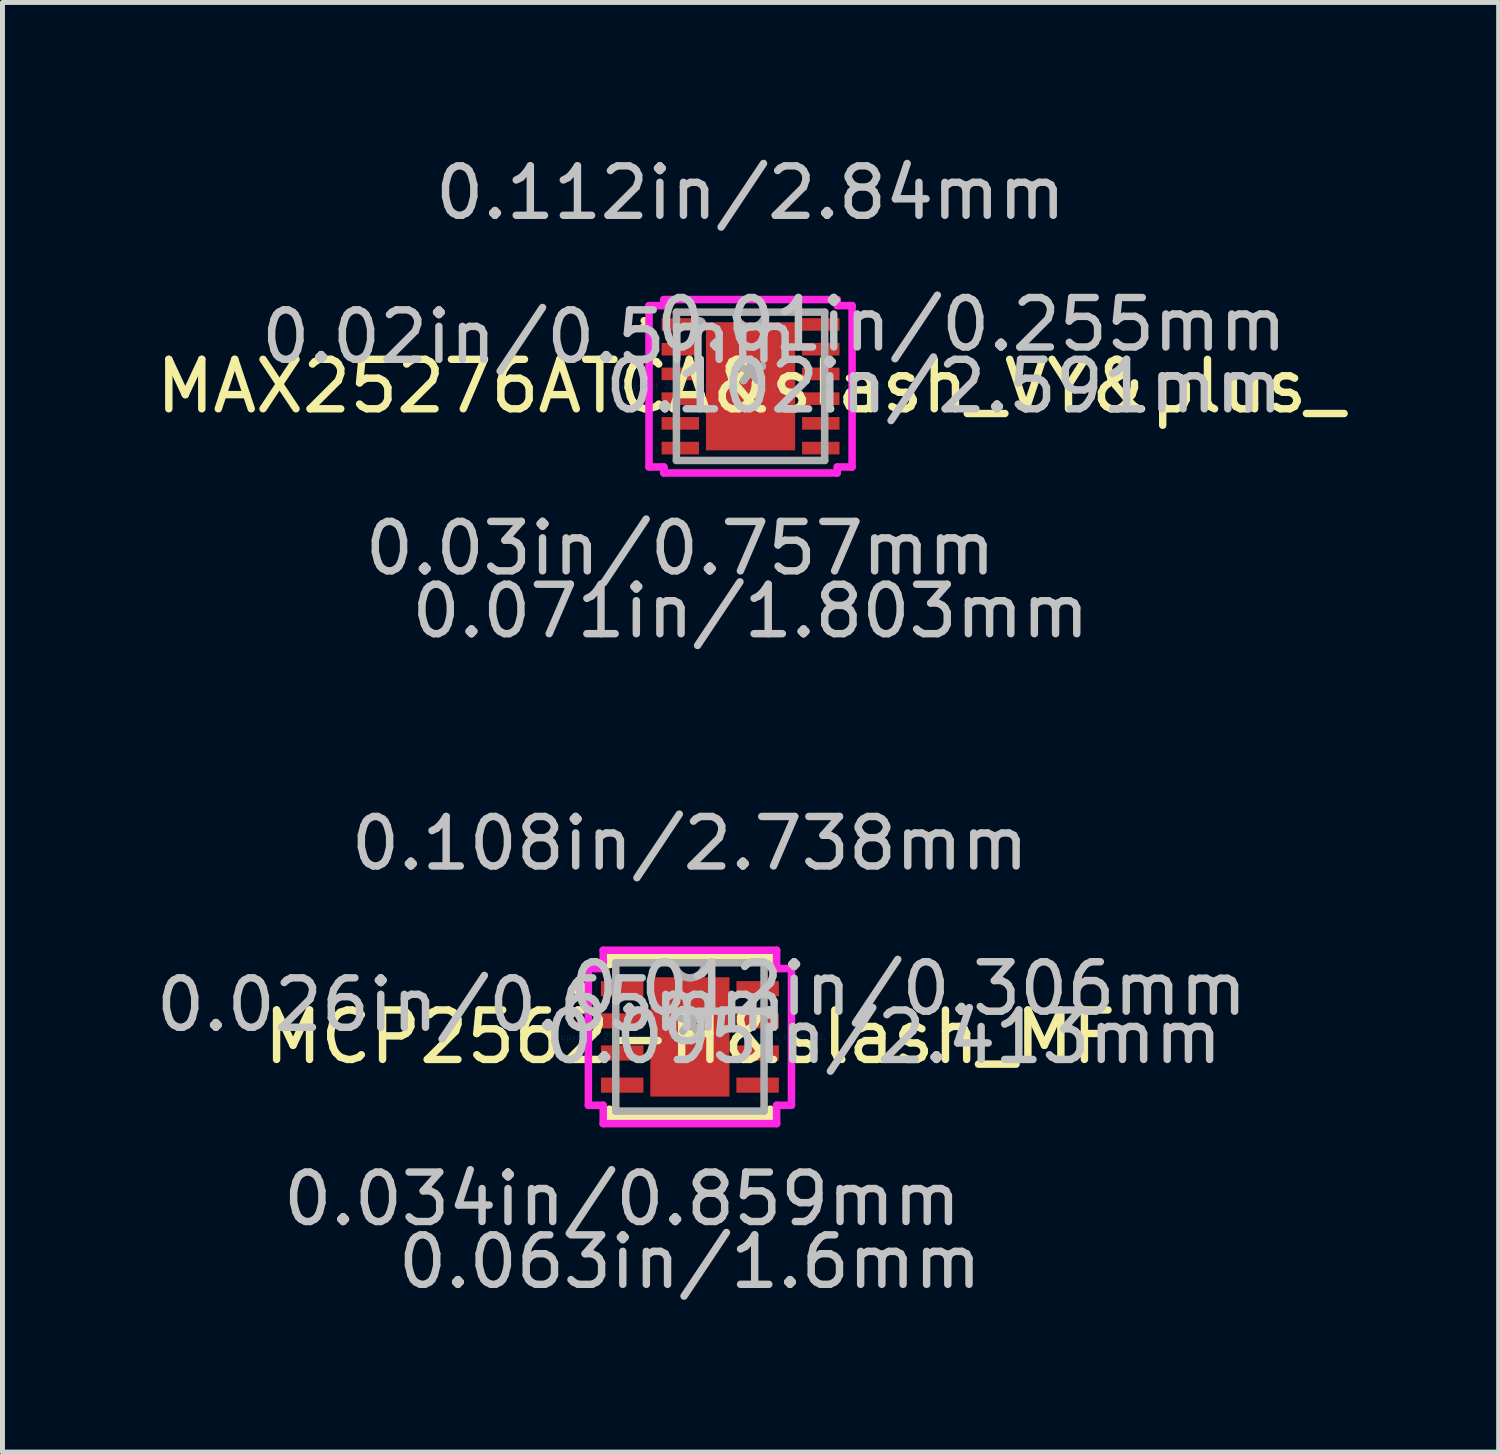
<source format=kicad_pcb>
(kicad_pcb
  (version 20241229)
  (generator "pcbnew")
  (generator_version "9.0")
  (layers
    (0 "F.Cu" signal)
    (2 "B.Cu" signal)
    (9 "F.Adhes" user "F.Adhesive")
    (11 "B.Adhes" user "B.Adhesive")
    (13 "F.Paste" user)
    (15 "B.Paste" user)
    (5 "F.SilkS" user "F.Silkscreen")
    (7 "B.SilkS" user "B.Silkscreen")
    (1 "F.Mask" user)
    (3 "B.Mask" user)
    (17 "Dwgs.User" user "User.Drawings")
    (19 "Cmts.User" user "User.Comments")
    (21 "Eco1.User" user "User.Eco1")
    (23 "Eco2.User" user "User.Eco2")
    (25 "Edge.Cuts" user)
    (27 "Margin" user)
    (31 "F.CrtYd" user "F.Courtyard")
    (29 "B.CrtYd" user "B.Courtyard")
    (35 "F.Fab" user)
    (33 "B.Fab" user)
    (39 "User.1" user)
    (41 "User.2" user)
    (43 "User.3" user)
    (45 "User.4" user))
  (footprint "MAX25276ATCA&slash_VY&plus_"
    (layer "F.Cu")
    (at 12.125 4.76)
    (property "Reference" "MAX25276ATCA&slash_VY&plus_" (at 0 0 0) (layer "F.SilkS") (effects (font (size 1 1) (thickness 0.15))))
    (attr through_hole)
    (fp_arc (start -2.150199 -1.3262) (mid -2.07637 -1.23114) (end -2.186745 -1.183136) (stroke (width 0.1524) (type solid)) (layer "F.SilkS"))
    (fp_line (start -0.802 -1.195) (end -0.802 -0.1) (stroke (width 0.152) (type solid)) (layer "F.Paste"))
    (fp_line (start -0.802 -0.1) (end 0.802 -0.1) (stroke (width 0.152) (type solid)) (layer "F.Paste"))
    (fp_line (start -0.802 0.1) (end -0.802 1.195) (stroke (width 0.152) (type solid)) (layer "F.Paste"))
    (fp_line (start -0.802 1.195) (end 0.802 1.195) (stroke (width 0.152) (type solid)) (layer "F.Paste"))
    (fp_line (start 0.802 -1.195) (end -0.802 -1.195) (stroke (width 0.152) (type solid)) (layer "F.Paste"))
    (fp_line (start 0.802 -0.1) (end 0.802 -1.195) (stroke (width 0.152) (type solid)) (layer "F.Paste"))
    (fp_line (start 0.802 0.1) (end -0.802 0.1) (stroke (width 0.152) (type solid)) (layer "F.Paste"))
    (fp_line (start 0.802 1.195) (end 0.802 0.1) (stroke (width 0.152) (type solid)) (layer "F.Paste"))
    (fp_line (start -2.053 -1.631) (end -1.753 -1.631) (stroke (width 0.152) (type solid)) (layer "F.CrtYd"))
    (fp_line (start -2.053 1.631) (end -2.053 -1.631) (stroke (width 0.152) (type solid)) (layer "F.CrtYd"))
    (fp_line (start -1.753 -1.753) (end 1.753 -1.753) (stroke (width 0.152) (type solid)) (layer "F.CrtYd"))
    (fp_line (start -1.753 -1.631) (end -1.753 -1.753) (stroke (width 0.152) (type solid)) (layer "F.CrtYd"))
    (fp_line (start -1.753 1.631) (end -2.053 1.631) (stroke (width 0.152) (type solid)) (layer "F.CrtYd"))
    (fp_line (start -1.753 1.753) (end -1.753 1.631) (stroke (width 0.152) (type solid)) (layer "F.CrtYd"))
    (fp_line (start 1.753 -1.753) (end 1.753 -1.631) (stroke (width 0.152) (type solid)) (layer "F.CrtYd"))
    (fp_line (start 1.753 -1.631) (end 2.053 -1.631) (stroke (width 0.152) (type solid)) (layer "F.CrtYd"))
    (fp_line (start 1.753 1.631) (end 1.753 1.753) (stroke (width 0.152) (type solid)) (layer "F.CrtYd"))
    (fp_line (start 1.753 1.753) (end -1.753 1.753) (stroke (width 0.152) (type solid)) (layer "F.CrtYd"))
    (fp_line (start 2.053 -1.631) (end 2.053 1.631) (stroke (width 0.152) (type solid)) (layer "F.CrtYd"))
    (fp_line (start 2.053 1.631) (end 1.753 1.631) (stroke (width 0.152) (type solid)) (layer "F.CrtYd"))
    (fp_line (start -1.499 -1.499) (end -1.499 1.499) (stroke (width 0.152) (type solid)) (layer "F.Fab"))
    (fp_line (start -1.499 1.499) (end 1.499 1.499) (stroke (width 0.152) (type solid)) (layer "F.Fab"))
    (fp_line (start 1.499 -1.499) (end -1.499 -1.499) (stroke (width 0.152) (type solid)) (layer "F.Fab"))
    (fp_line (start 1.499 1.499) (end 1.499 -1.499) (stroke (width 0.152) (type solid)) (layer "F.Fab"))
    (fp_arc (start 0.3048 -1.4986) (mid 0 -1.1938) (end -0.3048 -1.4986) (stroke (width 0.1524) (type solid)) (layer "F.Fab"))
    (fp_circle (center -1.041 -1.25) (end -0.965 -1.25) (stroke (width 0.152) (type solid)) (fill no) (layer "F.Fab"))
    (fp_text user "*" (at 0 0 0) (layer "F.SilkS") (effects (font (size 1 1) (thickness 0.15))))
    (fp_text user "0.01in/0.255mm" (at 4.468 -1.25 0) (layer "Dwgs.User") (effects (font (size 1 1) (thickness 0.15))))
    (fp_text user "0.071in/1.803mm" (at 0 4.547 0) (layer "Dwgs.User") (effects (font (size 1 1) (thickness 0.15))))
    (fp_text user "0.112in/2.84mm" (at 0 -3.912 0) (layer "Dwgs.User") (effects (font (size 1 1) (thickness 0.15))))
    (fp_text user "0.102in/2.591mm" (at 3.912 0 0) (layer "Dwgs.User") (effects (font (size 1 1) (thickness 0.15))))
    (fp_text user "0.02in/0.5mm" (at -4.468 -1 0) (layer "Dwgs.User") (effects (font (size 1 1) (thickness 0.15))))
    (fp_text user "0.03in/0.757mm" (at -1.42 3.277 0) (layer "Dwgs.User") (effects (font (size 1 1) (thickness 0.15))))
    (fp_text user "Copyright 2016 Accelerated Designs. All rights reserved." (at 0 0 0) (layer "Cmts.User") (effects (font (size 0.127 0.127) (thickness 0.002))))
    (fp_text user "*" (at 0 0 0) (layer "F.Fab") (effects (font (size 1 1) (thickness 0.15))))
    (pad "1" smd rect (at -1.42 -1.25) (size 0.757 0.255) (layers "F.Cu" "F.Mask" "F.Paste"))
    (pad "2" smd rect (at -1.42 -0.75) (size 0.757 0.255) (layers "F.Cu" "F.Mask" "F.Paste"))
    (pad "3" smd rect (at -1.42 -0.25) (size 0.757 0.255) (layers "F.Cu" "F.Mask" "F.Paste"))
    (pad "4" smd rect (at -1.42 0.25) (size 0.757 0.255) (layers "F.Cu" "F.Mask" "F.Paste"))
    (pad "5" smd rect (at -1.42 0.75) (size 0.757 0.255) (layers "F.Cu" "F.Mask" "F.Paste"))
    (pad "6" smd rect (at -1.42 1.25) (size 0.757 0.255) (layers "F.Cu" "F.Mask" "F.Paste"))
    (pad "7" smd rect (at 1.42 1.25) (size 0.757 0.255) (layers "F.Cu" "F.Mask" "F.Paste"))
    (pad "8" smd rect (at 1.42 0.75) (size 0.757 0.255) (layers "F.Cu" "F.Mask" "F.Paste"))
    (pad "9" smd rect (at 1.42 0.25) (size 0.757 0.255) (layers "F.Cu" "F.Mask" "F.Paste"))
    (pad "10" smd rect (at 1.42 -0.25) (size 0.757 0.255) (layers "F.Cu" "F.Mask" "F.Paste"))
    (pad "11" smd rect (at 1.42 -0.75) (size 0.757 0.255) (layers "F.Cu" "F.Mask" "F.Paste"))
    (pad "12" smd rect (at 1.42 -1.25) (size 0.757 0.255) (layers "F.Cu" "F.Mask" "F.Paste"))
    (pad "13" smd rect (at 0 0) (size 1.803 2.591) (layers "F.Cu" "F.Mask" "F.Paste")))
  (footprint "MCP2562-H&slash_MF"
    (layer "F.Cu")
    (at 10.899 17.915)
    (property "Reference" "MCP2562-H&slash_MF" (at 0 0 0) (layer "F.SilkS") (effects (font (size 1 1) (thickness 0.15))))
    (attr through_hole)
    (fp_line (start -1.626 -1.626) (end -1.626 -1.461) (stroke (width 0.152) (type solid)) (layer "F.SilkS"))
    (fp_line (start -1.626 1.461) (end -1.626 1.626) (stroke (width 0.152) (type solid)) (layer "F.SilkS"))
    (fp_line (start -1.626 1.626) (end 1.626 1.626) (stroke (width 0.152) (type solid)) (layer "F.SilkS"))
    (fp_line (start 1.626 -1.626) (end -1.626 -1.626) (stroke (width 0.152) (type solid)) (layer "F.SilkS"))
    (fp_line (start 1.626 -1.461) (end 1.626 -1.626) (stroke (width 0.152) (type solid)) (layer "F.SilkS"))
    (fp_line (start 1.626 1.626) (end 1.626 1.461) (stroke (width 0.152) (type solid)) (layer "F.SilkS"))
    (fp_circle (center -2.225 -0.975) (end -2.149 -0.975) (stroke (width 0.152) (type solid)) (fill no) (layer "F.SilkS"))
    (fp_line (start -2.053 -1.382) (end -1.753 -1.382) (stroke (width 0.152) (type solid)) (layer "F.CrtYd"))
    (fp_line (start -2.053 1.382) (end -2.053 -1.382) (stroke (width 0.152) (type solid)) (layer "F.CrtYd"))
    (fp_line (start -1.753 -1.753) (end 1.753 -1.753) (stroke (width 0.152) (type solid)) (layer "F.CrtYd"))
    (fp_line (start -1.753 -1.382) (end -1.753 -1.753) (stroke (width 0.152) (type solid)) (layer "F.CrtYd"))
    (fp_line (start -1.753 1.382) (end -2.053 1.382) (stroke (width 0.152) (type solid)) (layer "F.CrtYd"))
    (fp_line (start -1.753 1.753) (end -1.753 1.382) (stroke (width 0.152) (type solid)) (layer "F.CrtYd"))
    (fp_line (start 1.753 -1.753) (end 1.753 -1.382) (stroke (width 0.152) (type solid)) (layer "F.CrtYd"))
    (fp_line (start 1.753 -1.382) (end 2.053 -1.382) (stroke (width 0.152) (type solid)) (layer "F.CrtYd"))
    (fp_line (start 1.753 1.382) (end 1.753 1.753) (stroke (width 0.152) (type solid)) (layer "F.CrtYd"))
    (fp_line (start 1.753 1.753) (end -1.753 1.753) (stroke (width 0.152) (type solid)) (layer "F.CrtYd"))
    (fp_line (start 2.053 -1.382) (end 2.053 1.382) (stroke (width 0.152) (type solid)) (layer "F.CrtYd"))
    (fp_line (start 2.053 1.382) (end 1.753 1.382) (stroke (width 0.152) (type solid)) (layer "F.CrtYd"))
    (fp_line (start -1.499 -1.499) (end -1.499 1.499) (stroke (width 0.152) (type solid)) (layer "F.Fab"))
    (fp_line (start -1.499 1.499) (end 1.499 1.499) (stroke (width 0.152) (type solid)) (layer "F.Fab"))
    (fp_line (start 1.499 -1.499) (end -1.499 -1.499) (stroke (width 0.152) (type solid)) (layer "F.Fab"))
    (fp_line (start 1.499 1.499) (end 1.499 -1.499) (stroke (width 0.152) (type solid)) (layer "F.Fab"))
    (fp_arc (start 0.3048 -1.4986) (mid 0 -1.1938) (end -0.3048 -1.4986) (stroke (width 0.1524) (type solid)) (layer "F.Fab"))
    (fp_text user "*" (at 0 0 0) (layer "F.SilkS") (effects (font (size 1 1) (thickness 0.15))))
    (fp_text user "0.034in/0.859mm" (at -1.369 3.277 0) (layer "Dwgs.User") (effects (font (size 1 1) (thickness 0.15))))
    (fp_text user "0.063in/1.6mm" (at 0 4.547 0) (layer "Dwgs.User") (effects (font (size 1 1) (thickness 0.15))))
    (fp_text user "0.012in/0.306mm" (at 4.417 -0.975 0) (layer "Dwgs.User") (effects (font (size 1 1) (thickness 0.15))))
    (fp_text user "0.108in/2.738mm" (at 0 -3.912 0) (layer "Dwgs.User") (effects (font (size 1 1) (thickness 0.15))))
    (fp_text user "0.026in/0.65mm" (at -4.417 -0.65 0) (layer "Dwgs.User") (effects (font (size 1 1) (thickness 0.15))))
    (fp_text user "0.095in/2.413mm" (at 3.912 0 0) (layer "Dwgs.User") (effects (font (size 1 1) (thickness 0.15))))
    (fp_text user "Copyright 2016 Accelerated Designs. All rights reserved." (at 0 0 0) (layer "Cmts.User") (effects (font (size 0.127 0.127) (thickness 0.002))))
    (fp_text user "*" (at 0 0 0) (layer "F.Fab") (effects (font (size 1 1) (thickness 0.15))))
    (pad "1" smd rect (at -1.369 -0.975) (size 0.859 0.306) (layers "F.Cu" "F.Mask" "F.Paste"))
    (pad "2" smd rect (at -1.369 -0.325) (size 0.859 0.306) (layers "F.Cu" "F.Mask" "F.Paste"))
    (pad "3" smd rect (at -1.369 0.325) (size 0.859 0.306) (layers "F.Cu" "F.Mask" "F.Paste"))
    (pad "4" smd rect (at -1.369 0.975) (size 0.859 0.306) (layers "F.Cu" "F.Mask" "F.Paste"))
    (pad "5" smd rect (at 1.369 0.975) (size 0.859 0.306) (layers "F.Cu" "F.Mask" "F.Paste"))
    (pad "6" smd rect (at 1.369 0.325) (size 0.859 0.306) (layers "F.Cu" "F.Mask" "F.Paste"))
    (pad "7" smd rect (at 1.369 -0.325) (size 0.859 0.306) (layers "F.Cu" "F.Mask" "F.Paste"))
    (pad "8" smd rect (at 1.369 -0.975) (size 0.859 0.306) (layers "F.Cu" "F.Mask" "F.Paste"))
    (pad "9" smd rect (at 0 0) (size 1.6 2.413) (layers "F.Cu" "F.Mask" "F.Paste")))
  (gr_rect
    (start -3 -3)
    (end 27.25 26.309)
    (stroke (width 0.1) (type default))
    (fill no)
    (layer "Edge.Cuts")))
</source>
